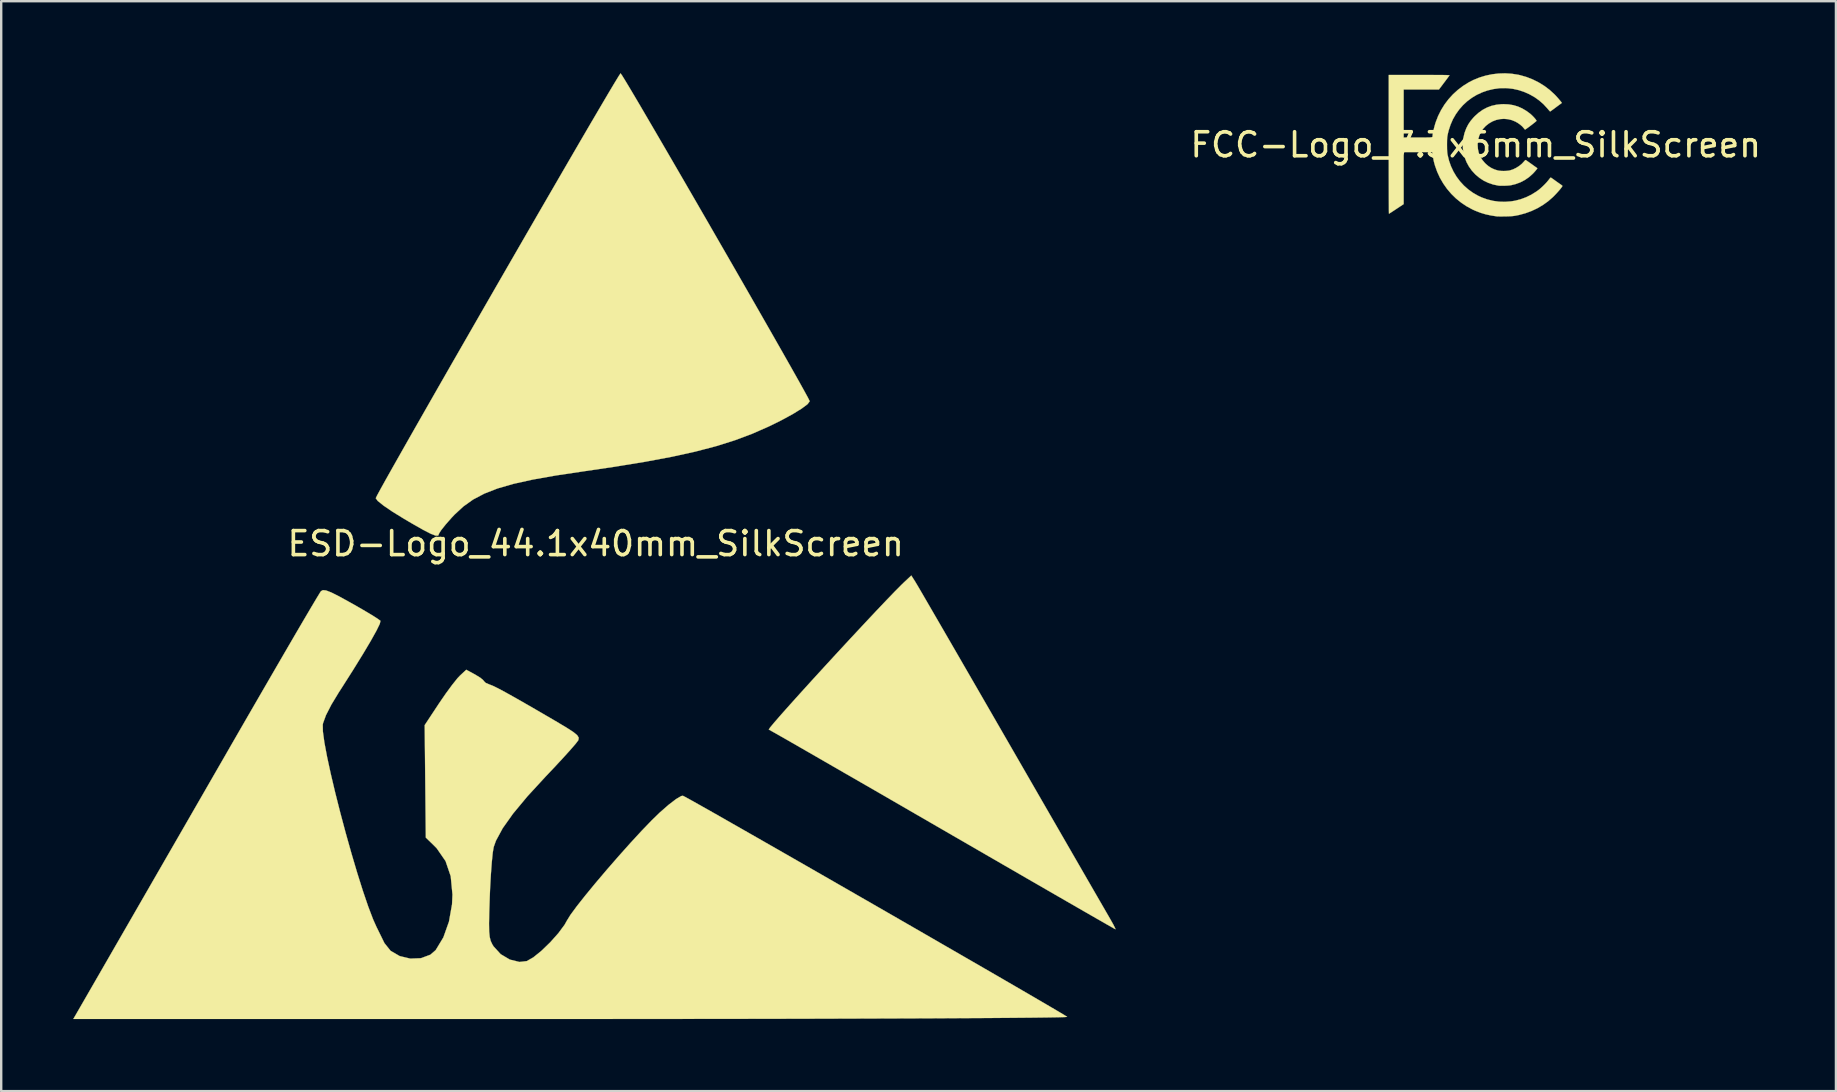
<source format=kicad_pcb>
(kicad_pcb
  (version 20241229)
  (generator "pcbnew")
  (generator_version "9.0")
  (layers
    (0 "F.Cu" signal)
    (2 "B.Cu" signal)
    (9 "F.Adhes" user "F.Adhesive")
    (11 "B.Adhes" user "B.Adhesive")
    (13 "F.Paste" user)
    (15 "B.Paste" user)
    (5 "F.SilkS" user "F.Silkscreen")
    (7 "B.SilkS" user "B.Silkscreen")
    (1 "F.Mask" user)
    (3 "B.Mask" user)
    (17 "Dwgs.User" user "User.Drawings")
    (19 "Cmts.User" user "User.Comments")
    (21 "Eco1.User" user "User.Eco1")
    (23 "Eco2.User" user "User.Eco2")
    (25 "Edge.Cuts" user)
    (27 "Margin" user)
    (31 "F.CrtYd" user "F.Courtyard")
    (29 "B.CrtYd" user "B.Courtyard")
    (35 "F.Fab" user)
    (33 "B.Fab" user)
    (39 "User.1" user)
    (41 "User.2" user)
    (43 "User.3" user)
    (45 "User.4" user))
  (footprint "FCC-Logo_7.3x6mm_SilkScreen"
    (layer "F.Cu")
    (at 58.43 2.983)
    (property "Reference" "FCC-Logo_7.3x6mm_SilkScreen" (at 0 0 0) (layer "F.SilkS") (effects (font (size 1 1) (thickness 0.15))))
    (attr exclude_from_pos_files exclude_from_bom)
    (fp_poly (pts (xy 1.372 -1.684) (xy 1.569 -1.651) (xy 1.755 -1.596) (xy 1.935 -1.516) (xy 2.11 -1.412) (xy 2.265 -1.298) (xy 2.312 -1.257) (xy 2.362 -1.209) (xy 2.412 -1.158) (xy 2.458 -1.107) (xy 2.496 -1.061) (xy 2.522 -1.024) (xy 2.533 -1.001) (xy 2.533 -1) (xy 2.523 -0.988) (xy 2.495 -0.963) (xy 2.454 -0.928) (xy 2.401 -0.887) (xy 2.343 -0.841) (xy 2.281 -0.794) (xy 2.22 -0.748) (xy 2.163 -0.707) (xy 2.115 -0.672) (xy 2.079 -0.648) (xy 2.058 -0.636) (xy 2.055 -0.635) (xy 2.042 -0.645) (xy 2.019 -0.67) (xy 2.004 -0.69) (xy 1.936 -0.767) (xy 1.848 -0.843) (xy 1.745 -0.915) (xy 1.646 -0.971) (xy 1.494 -1.032) (xy 1.335 -1.069) (xy 1.173 -1.082) (xy 1.01 -1.071) (xy 0.85 -1.035) (xy 0.697 -0.976) (xy 0.695 -0.975) (xy 0.546 -0.888) (xy 0.415 -0.784) (xy 0.304 -0.664) (xy 0.214 -0.529) (xy 0.146 -0.381) (xy 0.102 -0.222) (xy 0.081 -0.054) (xy 0.079 0.004) (xy 0.091 0.175) (xy 0.126 0.335) (xy 0.185 0.483) (xy 0.268 0.622) (xy 0.376 0.751) (xy 0.42 0.795) (xy 0.532 0.89) (xy 0.648 0.964) (xy 0.775 1.023) (xy 0.914 1.067) (xy 0.985 1.08) (xy 1.072 1.088) (xy 1.169 1.09) (xy 1.265 1.087) (xy 1.354 1.079) (xy 1.421 1.067) (xy 1.552 1.024) (xy 1.683 0.961) (xy 1.807 0.883) (xy 1.917 0.794) (xy 1.999 0.707) (xy 2.036 0.665) (xy 2.065 0.639) (xy 2.082 0.632) (xy 2.083 0.632) (xy 2.096 0.641) (xy 2.128 0.663) (xy 2.173 0.695) (xy 2.228 0.734) (xy 2.289 0.777) (xy 2.352 0.822) (xy 2.413 0.866) (xy 2.469 0.906) (xy 2.516 0.939) (xy 2.549 0.962) (xy 2.565 0.974) (xy 2.565 0.974) (xy 2.561 0.987) (xy 2.543 1.015) (xy 2.513 1.053) (xy 2.475 1.099) (xy 2.432 1.147) (xy 2.388 1.194) (xy 2.373 1.209) (xy 2.216 1.349) (xy 2.043 1.467) (xy 1.856 1.564) (xy 1.657 1.637) (xy 1.478 1.681) (xy 1.414 1.691) (xy 1.333 1.698) (xy 1.242 1.703) (xy 1.149 1.706) (xy 1.061 1.706) (xy 0.986 1.703) (xy 0.939 1.698) (xy 0.724 1.653) (xy 0.523 1.585) (xy 0.335 1.495) (xy 0.16 1.381) (xy -0.003 1.245) (xy -0.022 1.227) (xy -0.164 1.072) (xy -0.284 0.903) (xy -0.382 0.723) (xy -0.457 0.534) (xy -0.508 0.338) (xy -0.536 0.136) (xy -0.54 -0.068) (xy -0.518 -0.273) (xy -0.471 -0.476) (xy -0.457 -0.522) (xy -0.392 -0.693) (xy -0.313 -0.848) (xy -0.216 -0.992) (xy -0.098 -1.132) (xy -0.035 -1.198) (xy 0.127 -1.342) (xy 0.296 -1.461) (xy 0.475 -1.555) (xy 0.663 -1.625) (xy 0.862 -1.67) (xy 1.072 -1.692) (xy 1.164 -1.694) (xy 1.372 -1.684)) (stroke (width 0.01) (type solid)) (fill yes) (layer "F.SilkS"))
    (fp_poly (pts (xy 1.496 -2.961) (xy 1.764 -2.92) (xy 1.845 -2.902) (xy 2.114 -2.825) (xy 2.374 -2.723) (xy 2.623 -2.599) (xy 2.86 -2.452) (xy 3.081 -2.285) (xy 3.28 -2.103) (xy 3.323 -2.059) (xy 3.37 -2.008) (xy 3.42 -1.952) (xy 3.468 -1.896) (xy 3.512 -1.844) (xy 3.548 -1.8) (xy 3.574 -1.766) (xy 3.585 -1.748) (xy 3.585 -1.746) (xy 3.575 -1.736) (xy 3.549 -1.716) (xy 3.529 -1.701) (xy 3.499 -1.68) (xy 3.453 -1.646) (xy 3.396 -1.604) (xy 3.333 -1.557) (xy 3.291 -1.525) (xy 3.231 -1.481) (xy 3.178 -1.442) (xy 3.136 -1.412) (xy 3.108 -1.394) (xy 3.099 -1.389) (xy 3.087 -1.399) (xy 3.062 -1.425) (xy 3.028 -1.464) (xy 2.986 -1.513) (xy 2.979 -1.522) (xy 2.817 -1.697) (xy 2.637 -1.853) (xy 2.442 -1.991) (xy 2.233 -2.108) (xy 2.014 -2.205) (xy 1.787 -2.28) (xy 1.553 -2.332) (xy 1.316 -2.359) (xy 1.078 -2.362) (xy 0.985 -2.357) (xy 0.733 -2.322) (xy 0.491 -2.264) (xy 0.26 -2.183) (xy 0.041 -2.081) (xy -0.165 -1.957) (xy -0.356 -1.814) (xy -0.531 -1.652) (xy -0.689 -1.472) (xy -0.829 -1.277) (xy -0.95 -1.066) (xy -1.049 -0.84) (xy -1.127 -0.602) (xy -1.161 -0.464) (xy -1.173 -0.406) (xy -1.182 -0.355) (xy -1.188 -0.306) (xy -1.192 -0.253) (xy -1.195 -0.19) (xy -1.196 -0.113) (xy -1.197 -0.016) (xy -1.197 -0.007) (xy -1.196 0.103) (xy -1.195 0.191) (xy -1.191 0.264) (xy -1.186 0.325) (xy -1.179 0.381) (xy -1.173 0.417) (xy -1.114 0.66) (xy -1.032 0.893) (xy -0.928 1.115) (xy -0.803 1.324) (xy -0.658 1.518) (xy -0.494 1.697) (xy -0.312 1.858) (xy -0.115 2) (xy 0.098 2.122) (xy 0.247 2.191) (xy 0.484 2.276) (xy 0.725 2.335) (xy 0.97 2.368) (xy 1.218 2.375) (xy 1.468 2.356) (xy 1.643 2.328) (xy 1.872 2.268) (xy 2.098 2.184) (xy 2.317 2.077) (xy 2.526 1.947) (xy 2.611 1.886) (xy 2.692 1.82) (xy 2.781 1.739) (xy 2.87 1.652) (xy 2.953 1.564) (xy 3.022 1.482) (xy 3.037 1.463) (xy 3.07 1.419) (xy 3.099 1.385) (xy 3.118 1.366) (xy 3.123 1.363) (xy 3.138 1.37) (xy 3.169 1.39) (xy 3.213 1.421) (xy 3.266 1.458) (xy 3.284 1.472) (xy 3.348 1.518) (xy 3.414 1.565) (xy 3.474 1.607) (xy 3.52 1.639) (xy 3.522 1.64) (xy 3.564 1.67) (xy 3.595 1.694) (xy 3.61 1.71) (xy 3.611 1.712) (xy 3.603 1.734) (xy 3.578 1.771) (xy 3.54 1.821) (xy 3.491 1.881) (xy 3.433 1.947) (xy 3.37 2.017) (xy 3.304 2.087) (xy 3.237 2.155) (xy 3.213 2.179) (xy 3.016 2.351) (xy 2.8 2.506) (xy 2.569 2.642) (xy 2.324 2.757) (xy 2.068 2.851) (xy 1.803 2.923) (xy 1.667 2.95) (xy 1.595 2.962) (xy 1.523 2.97) (xy 1.444 2.976) (xy 1.353 2.98) (xy 1.243 2.983) (xy 1.217 2.983) (xy 1.13 2.984) (xy 1.049 2.985) (xy 0.979 2.984) (xy 0.925 2.983) (xy 0.892 2.982) (xy 0.886 2.982) (xy 0.638 2.944) (xy 0.408 2.894) (xy 0.19 2.828) (xy -0.023 2.745) (xy -0.139 2.692) (xy -0.382 2.56) (xy -0.61 2.407) (xy -0.823 2.235) (xy -1.018 2.044) (xy -1.196 1.835) (xy -1.353 1.612) (xy -1.491 1.374) (xy -1.606 1.124) (xy -1.699 0.863) (xy -1.733 0.741) (xy -1.743 0.701) (xy -1.752 0.66) (xy -1.761 0.613) (xy -1.772 0.555) (xy -1.784 0.482) (xy -1.8 0.39) (xy -1.807 0.347) (xy -1.814 0.304) (xy -3.003 0.304) (xy -3.003 2.47) (xy -3.304 2.67) (xy -3.384 2.723) (xy -3.456 2.77) (xy -3.518 2.811) (xy -3.567 2.842) (xy -3.601 2.863) (xy -3.615 2.871) (xy -3.615 2.871) (xy -3.616 2.858) (xy -3.617 2.819) (xy -3.618 2.757) (xy -3.619 2.672) (xy -3.619 2.565) (xy -3.62 2.438) (xy -3.621 2.291) (xy -3.622 2.126) (xy -3.622 1.945) (xy -3.623 1.748) (xy -3.623 1.536) (xy -3.624 1.311) (xy -3.624 1.074) (xy -3.624 0.826) (xy -3.625 0.568) (xy -3.625 0.302) (xy -3.625 0.029) (xy -3.625 -0.02) (xy -3.625 -2.91) (xy -2.354 -2.91) (xy -2.135 -2.91) (xy -1.941 -2.91) (xy -1.771 -2.91) (xy -1.624 -2.909) (xy -1.498 -2.909) (xy -1.391 -2.908) (xy -1.304 -2.907) (xy -1.233 -2.905) (xy -1.179 -2.904) (xy -1.139 -2.902) (xy -1.112 -2.9) (xy -1.097 -2.897) (xy -1.093 -2.894) (xy -1.093 -2.894) (xy -1.104 -2.879) (xy -1.128 -2.846) (xy -1.163 -2.798) (xy -1.208 -2.738) (xy -1.26 -2.668) (xy -1.318 -2.591) (xy -1.319 -2.59) (xy -1.535 -2.302) (xy -3.003 -2.302) (xy -3.003 -0.304) (xy -2.409 -0.304) (xy -2.266 -0.304) (xy -2.147 -0.304) (xy -2.05 -0.305) (xy -1.973 -0.306) (xy -1.914 -0.308) (xy -1.87 -0.311) (xy -1.838 -0.316) (xy -1.818 -0.322) (xy -1.806 -0.33) (xy -1.8 -0.341) (xy -1.799 -0.354) (xy -1.799 -0.371) (xy -1.799 -0.38) (xy -1.795 -0.423) (xy -1.785 -0.485) (xy -1.769 -0.563) (xy -1.749 -0.65) (xy -1.726 -0.741) (xy -1.701 -0.832) (xy -1.676 -0.916) (xy -1.667 -0.944) (xy -1.567 -1.201) (xy -1.444 -1.447) (xy -1.3 -1.68) (xy -1.135 -1.898) (xy -0.951 -2.101) (xy -0.748 -2.286) (xy -0.53 -2.452) (xy -0.296 -2.599) (xy -0.101 -2.699) (xy 0.15 -2.802) (xy 0.411 -2.882) (xy 0.679 -2.938) (xy 0.951 -2.97) (xy 1.225 -2.978) (xy 1.496 -2.961)) (stroke (width 0.01) (type solid)) (fill yes) (layer "F.SilkS")))
  (footprint "ESD-Logo_44.1x40mm_SilkScreen"
    (layer "F.Cu")
    (at 21.767 19.599)
    (property "Reference" "ESD-Logo_44.1x40mm_SilkScreen" (at 0 0 0) (layer "F.SilkS") (effects (font (size 1 1) (thickness 0.15))))
    (attr exclude_from_pos_files exclude_from_bom)
    (fp_poly (pts (xy 13.304 1.571) (xy 13.38 1.698) (xy 13.552 1.991) (xy 13.809 2.434) (xy 14.145 3.013) (xy 14.551 3.713) (xy 15.018 4.52) (xy 15.537 5.418) (xy 16.101 6.394) (xy 16.7 7.432) (xy 17.317 8.501) (xy 17.947 9.593) (xy 18.551 10.641) (xy 19.122 11.631) (xy 19.65 12.546) (xy 20.127 13.372) (xy 20.543 14.094) (xy 20.891 14.696) (xy 21.161 15.163) (xy 21.344 15.48) (xy 21.43 15.629) (xy 21.571 15.88) (xy 21.648 16.037) (xy 21.652 16.065) (xy 21.559 16.013) (xy 21.3 15.866) (xy 20.888 15.63) (xy 20.338 15.314) (xy 19.663 14.925) (xy 18.875 14.471) (xy 17.99 13.96) (xy 17.02 13.399) (xy 15.979 12.797) (xy 14.88 12.162) (xy 14.462 11.92) (xy 13.344 11.273) (xy 12.277 10.656) (xy 11.275 10.077) (xy 10.351 9.545) (xy 9.52 9.066) (xy 8.795 8.648) (xy 8.189 8.3) (xy 7.717 8.03) (xy 7.391 7.845) (xy 7.227 7.753) (xy 7.21 7.745) (xy 7.26 7.666) (xy 7.434 7.456) (xy 7.715 7.133) (xy 8.085 6.717) (xy 8.525 6.228) (xy 9.018 5.685) (xy 9.547 5.107) (xy 10.093 4.513) (xy 10.638 3.924) (xy 11.166 3.358) (xy 11.657 2.834) (xy 12.095 2.373) (xy 12.461 1.993) (xy 12.738 1.714) (xy 12.833 1.622) (xy 13.148 1.327) (xy 13.304 1.571)) (stroke (width 0.01) (type solid)) (fill yes) (layer "F.SilkS"))
    (fp_poly (pts (xy 1.098 -19.507) (xy 1.252 -19.257) (xy 1.49 -18.86) (xy 1.801 -18.334) (xy 2.175 -17.695) (xy 2.604 -16.961) (xy 3.078 -16.147) (xy 3.586 -15.272) (xy 4.119 -14.352) (xy 4.667 -13.404) (xy 5.22 -12.444) (xy 5.77 -11.49) (xy 6.305 -10.559) (xy 6.816 -9.667) (xy 7.294 -8.831) (xy 7.729 -8.068) (xy 8.111 -7.395) (xy 8.43 -6.829) (xy 8.676 -6.387) (xy 8.841 -6.086) (xy 8.913 -5.942) (xy 8.916 -5.933) (xy 8.826 -5.811) (xy 8.576 -5.624) (xy 8.195 -5.39) (xy 7.713 -5.129) (xy 7.209 -4.881) (xy 6.524 -4.58) (xy 5.802 -4.309) (xy 5.021 -4.063) (xy 4.154 -3.836) (xy 3.178 -3.621) (xy 2.067 -3.413) (xy 0.796 -3.205) (xy -0.519 -3.011) (xy -1.661 -2.84) (xy -2.62 -2.67) (xy -3.421 -2.493) (xy -4.086 -2.301) (xy -4.64 -2.085) (xy -5.108 -1.838) (xy -5.512 -1.55) (xy -5.878 -1.212) (xy -5.996 -1.087) (xy -6.252 -0.796) (xy -6.441 -0.558) (xy -6.529 -0.418) (xy -6.531 -0.406) (xy -6.562 -0.336) (xy -6.669 -0.335) (xy -6.873 -0.413) (xy -7.196 -0.58) (xy -7.66 -0.844) (xy -7.983 -1.034) (xy -8.464 -1.33) (xy -8.838 -1.585) (xy -9.079 -1.778) (xy -9.163 -1.892) (xy -9.163 -1.893) (xy -9.111 -2.001) (xy -8.964 -2.273) (xy -8.73 -2.694) (xy -8.418 -3.248) (xy -8.037 -3.921) (xy -7.595 -4.699) (xy -7.101 -5.565) (xy -6.563 -6.507) (xy -5.99 -7.507) (xy -5.389 -8.553) (xy -4.771 -9.628) (xy -4.143 -10.719) (xy -3.514 -11.81) (xy -2.893 -12.886) (xy -2.287 -13.934) (xy -1.706 -14.936) (xy -1.158 -15.881) (xy -0.652 -16.751) (xy -0.196 -17.532) (xy 0.202 -18.21) (xy 0.532 -18.77) (xy 0.787 -19.197) (xy 0.957 -19.476) (xy 1.034 -19.592) (xy 1.037 -19.594) (xy 1.098 -19.507)) (stroke (width 0.01) (type solid)) (fill yes) (layer "F.SilkS"))
    (fp_poly (pts (xy -11.232 1.949) (xy -11.014 2.033) (xy -10.682 2.2) (xy -10.206 2.463) (xy -10.169 2.483) (xy -9.73 2.734) (xy -9.359 2.954) (xy -9.094 3.121) (xy -8.97 3.212) (xy -8.966 3.216) (xy -8.996 3.343) (xy -9.134 3.625) (xy -9.37 4.049) (xy -9.696 4.597) (xy -10.103 5.256) (xy -10.581 6.008) (xy -10.701 6.193) (xy -11.011 6.705) (xy -11.237 7.146) (xy -11.358 7.476) (xy -11.371 7.541) (xy -11.365 7.827) (xy -11.303 8.282) (xy -11.192 8.875) (xy -11.04 9.578) (xy -10.855 10.361) (xy -10.644 11.196) (xy -10.415 12.053) (xy -10.176 12.903) (xy -9.935 13.717) (xy -9.699 14.466) (xy -9.476 15.12) (xy -9.274 15.651) (xy -9.133 15.966) (xy -8.968 16.301) (xy -8.811 16.622) (xy -8.802 16.64) (xy -8.543 16.964) (xy -8.165 17.182) (xy -7.725 17.287) (xy -7.28 17.27) (xy -6.887 17.124) (xy -6.665 16.931) (xy -6.347 16.404) (xy -6.113 15.747) (xy -5.985 15.026) (xy -5.967 14.618) (xy -6.04 13.856) (xy -6.255 13.225) (xy -6.622 12.694) (xy -6.737 12.576) (xy -7.078 12.245) (xy -7.101 9.903) (xy -7.125 7.561) (xy -6.528 6.657) (xy -6.248 6.248) (xy -5.978 5.881) (xy -5.757 5.605) (xy -5.662 5.504) (xy -5.393 5.253) (xy -5.029 5.449) (xy -4.799 5.59) (xy -4.673 5.699) (xy -4.665 5.719) (xy -4.579 5.802) (xy -4.432 5.864) (xy -4.29 5.919) (xy -4.072 6.025) (xy -3.76 6.192) (xy -3.335 6.43) (xy -2.778 6.748) (xy -2.071 7.159) (xy -1.686 7.383) (xy -1.234 7.652) (xy -0.938 7.843) (xy -0.771 7.979) (xy -0.707 8.083) (xy -0.72 8.177) (xy -0.73 8.199) (xy -0.834 8.336) (xy -1.057 8.593) (xy -1.372 8.941) (xy -1.754 9.352) (xy -2.084 9.7) (xy -2.845 10.527) (xy -3.44 11.243) (xy -3.875 11.856) (xy -4.155 12.374) (xy -4.249 12.637) (xy -4.288 12.867) (xy -4.328 13.26) (xy -4.366 13.77) (xy -4.399 14.353) (xy -4.414 14.722) (xy -4.435 15.359) (xy -4.444 15.825) (xy -4.439 16.155) (xy -4.416 16.386) (xy -4.374 16.552) (xy -4.308 16.691) (xy -4.257 16.775) (xy -3.96 17.101) (xy -3.577 17.328) (xy -3.175 17.427) (xy -2.873 17.391) (xy -2.6 17.236) (xy -2.258 16.959) (xy -1.894 16.607) (xy -1.557 16.229) (xy -1.295 15.875) (xy -1.199 15.703) (xy -1.054 15.468) (xy -0.792 15.111) (xy -0.434 14.658) (xy -0.007 14.139) (xy 0.467 13.58) (xy 0.963 13.011) (xy 1.457 12.458) (xy 1.925 11.951) (xy 2.344 11.516) (xy 2.673 11.197) (xy 3.038 10.878) (xy 3.345 10.643) (xy 3.56 10.516) (xy 3.631 10.502) (xy 3.741 10.558) (xy 4.014 10.709) (xy 4.435 10.946) (xy 4.989 11.259) (xy 5.658 11.641) (xy 6.429 12.08) (xy 7.284 12.569) (xy 8.208 13.098) (xy 9.186 13.659) (xy 10.201 14.242) (xy 11.238 14.838) (xy 12.281 15.438) (xy 13.314 16.033) (xy 14.321 16.615) (xy 15.288 17.173) (xy 16.197 17.698) (xy 17.034 18.183) (xy 17.782 18.617) (xy 18.425 18.992) (xy 18.949 19.298) (xy 19.337 19.527) (xy 19.573 19.669) (xy 19.641 19.713) (xy 19.549 19.722) (xy 19.259 19.731) (xy 18.781 19.739) (xy 18.125 19.747) (xy 17.3 19.754) (xy 16.316 19.762) (xy 15.182 19.768) (xy 13.909 19.775) (xy 12.505 19.78) (xy 10.981 19.785) (xy 9.346 19.79) (xy 7.61 19.794) (xy 5.782 19.797) (xy 3.873 19.799) (xy 1.891 19.801) (xy -0.153 19.802) (xy -1.011 19.802) (xy -21.762 19.802) (xy -20.282 17.236) (xy -19.969 16.692) (xy -19.566 15.993) (xy -19.086 15.16) (xy -18.543 14.218) (xy -17.951 13.19) (xy -17.322 12.1) (xy -16.671 10.97) (xy -16.011 9.824) (xy -15.355 8.685) (xy -15.19 8.398) (xy -14.585 7.349) (xy -14.008 6.351) (xy -13.468 5.419) (xy -12.974 4.568) (xy -12.534 3.812) (xy -12.156 3.166) (xy -11.849 2.645) (xy -11.623 2.265) (xy -11.485 2.039) (xy -11.447 1.982) (xy -11.366 1.936) (xy -11.232 1.949)) (stroke (width 0.01) (type solid)) (fill yes) (layer "F.SilkS")))
  (gr_rect
    (start -3 -3)
    (end 73.436 42.406)
    (stroke (width 0.1) (type default))
    (fill no)
    (layer "Edge.Cuts")))
</source>
